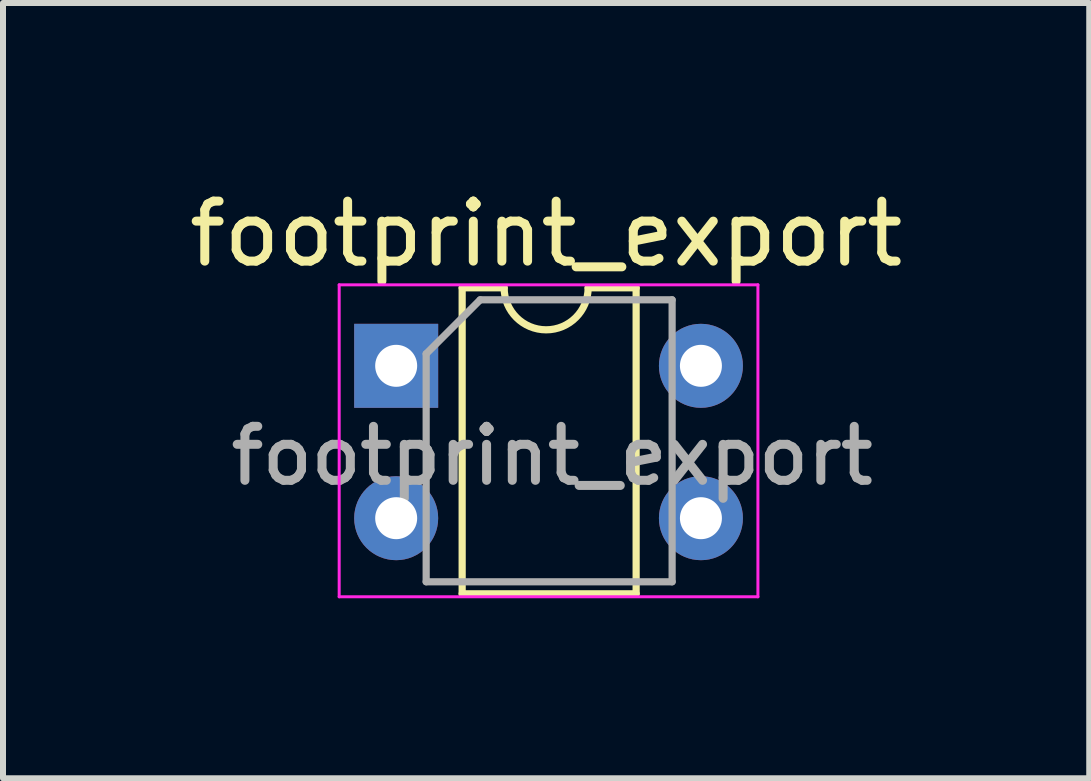
<source format=kicad_pcb>
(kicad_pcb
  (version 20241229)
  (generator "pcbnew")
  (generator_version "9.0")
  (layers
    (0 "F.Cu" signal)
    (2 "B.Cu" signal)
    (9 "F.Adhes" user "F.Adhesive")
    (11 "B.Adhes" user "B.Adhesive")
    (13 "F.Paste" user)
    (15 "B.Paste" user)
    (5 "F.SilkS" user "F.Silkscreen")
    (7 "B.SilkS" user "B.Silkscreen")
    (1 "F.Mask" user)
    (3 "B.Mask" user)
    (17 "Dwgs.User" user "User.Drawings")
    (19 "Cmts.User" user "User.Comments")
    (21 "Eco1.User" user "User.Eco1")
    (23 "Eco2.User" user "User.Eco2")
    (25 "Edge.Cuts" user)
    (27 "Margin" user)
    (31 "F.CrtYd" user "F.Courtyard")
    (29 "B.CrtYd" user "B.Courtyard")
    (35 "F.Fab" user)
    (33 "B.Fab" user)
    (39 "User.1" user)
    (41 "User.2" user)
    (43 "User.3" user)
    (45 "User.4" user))
  (footprint "footprint_export"
    (layer "F.Cu")
    (at 3.554 3.048)
    (property "Reference" "footprint_export" (at 2.5 -2.2 0) (layer "F.SilkS") (effects (font (size 1 1) (thickness 0.15))))
    (attr through_hole)
    (fp_line (start 1.1 -1.3) (end 1.1 3.8) (stroke (width 0.12) (type solid)) (layer "F.SilkS"))
    (fp_line (start 1.1 3.8) (end 4 3.8) (stroke (width 0.12) (type solid)) (layer "F.SilkS"))
    (fp_line (start 1.8 -1.3) (end 1.1 -1.3) (stroke (width 0.12) (type solid)) (layer "F.SilkS"))
    (fp_line (start 4 -1.3) (end 3.2 -1.3) (stroke (width 0.12) (type solid)) (layer "F.SilkS"))
    (fp_line (start 4 3.8) (end 4 -1.3) (stroke (width 0.12) (type solid)) (layer "F.SilkS"))
    (fp_arc (start 3.2 -1.3) (mid 2.5 -0.6) (end 1.8 -1.3) (stroke (width 0.12) (type solid)) (layer "F.SilkS"))
    (fp_line (start -0.95 -1.35) (end -0.95 3.85) (stroke (width 0.05) (type solid)) (layer "F.CrtYd"))
    (fp_line (start -0.95 -1.35) (end 6.03 -1.35) (stroke (width 0.05) (type solid)) (layer "F.CrtYd"))
    (fp_line (start 6.03 3.85) (end -0.95 3.85) (stroke (width 0.05) (type solid)) (layer "F.CrtYd"))
    (fp_line (start 6.03 3.85) (end 6.03 -1.35) (stroke (width 0.05) (type solid)) (layer "F.CrtYd"))
    (fp_line (start 0.5 -0.2) (end 1.4 -1.1) (stroke (width 0.12) (type solid)) (layer "F.Fab"))
    (fp_line (start 0.5 3.6) (end 0.5 -0.2) (stroke (width 0.12) (type solid)) (layer "F.Fab"))
    (fp_line (start 1.4 -1.1) (end 4.6 -1.1) (stroke (width 0.12) (type solid)) (layer "F.Fab"))
    (fp_line (start 4.6 -1.1) (end 4.6 3.6) (stroke (width 0.12) (type solid)) (layer "F.Fab"))
    (fp_line (start 4.6 3.6) (end 0.5 3.6) (stroke (width 0.12) (type solid)) (layer "F.Fab"))
    (fp_text user "${REFERENCE}" (at 2.6 1.5 0) (layer "F.Fab") (effects (font (size 0.9 0.9) (thickness 0.15))))
    (pad "1" thru_hole rect (at 0 0) (size 1.4 1.4) (drill 0.7) (layers "*.Cu" "*.Mask"))
    (pad "2" thru_hole circle (at 0 2.54) (size 1.4 1.4) (drill 0.7) (layers "*.Cu" "*.Mask"))
    (pad "3" thru_hole circle (at 5.08 2.54) (size 1.4 1.4) (drill 0.7) (layers "*.Cu" "*.Mask"))
    (pad "4" thru_hole circle (at 5.08 0) (size 1.4 1.4) (drill 0.7) (layers "*.Cu" "*.Mask")))
  (gr_rect
    (start -3 -3)
    (end 15.107 9.923)
    (stroke (width 0.1) (type default))
    (fill no)
    (layer "Edge.Cuts")))
</source>
